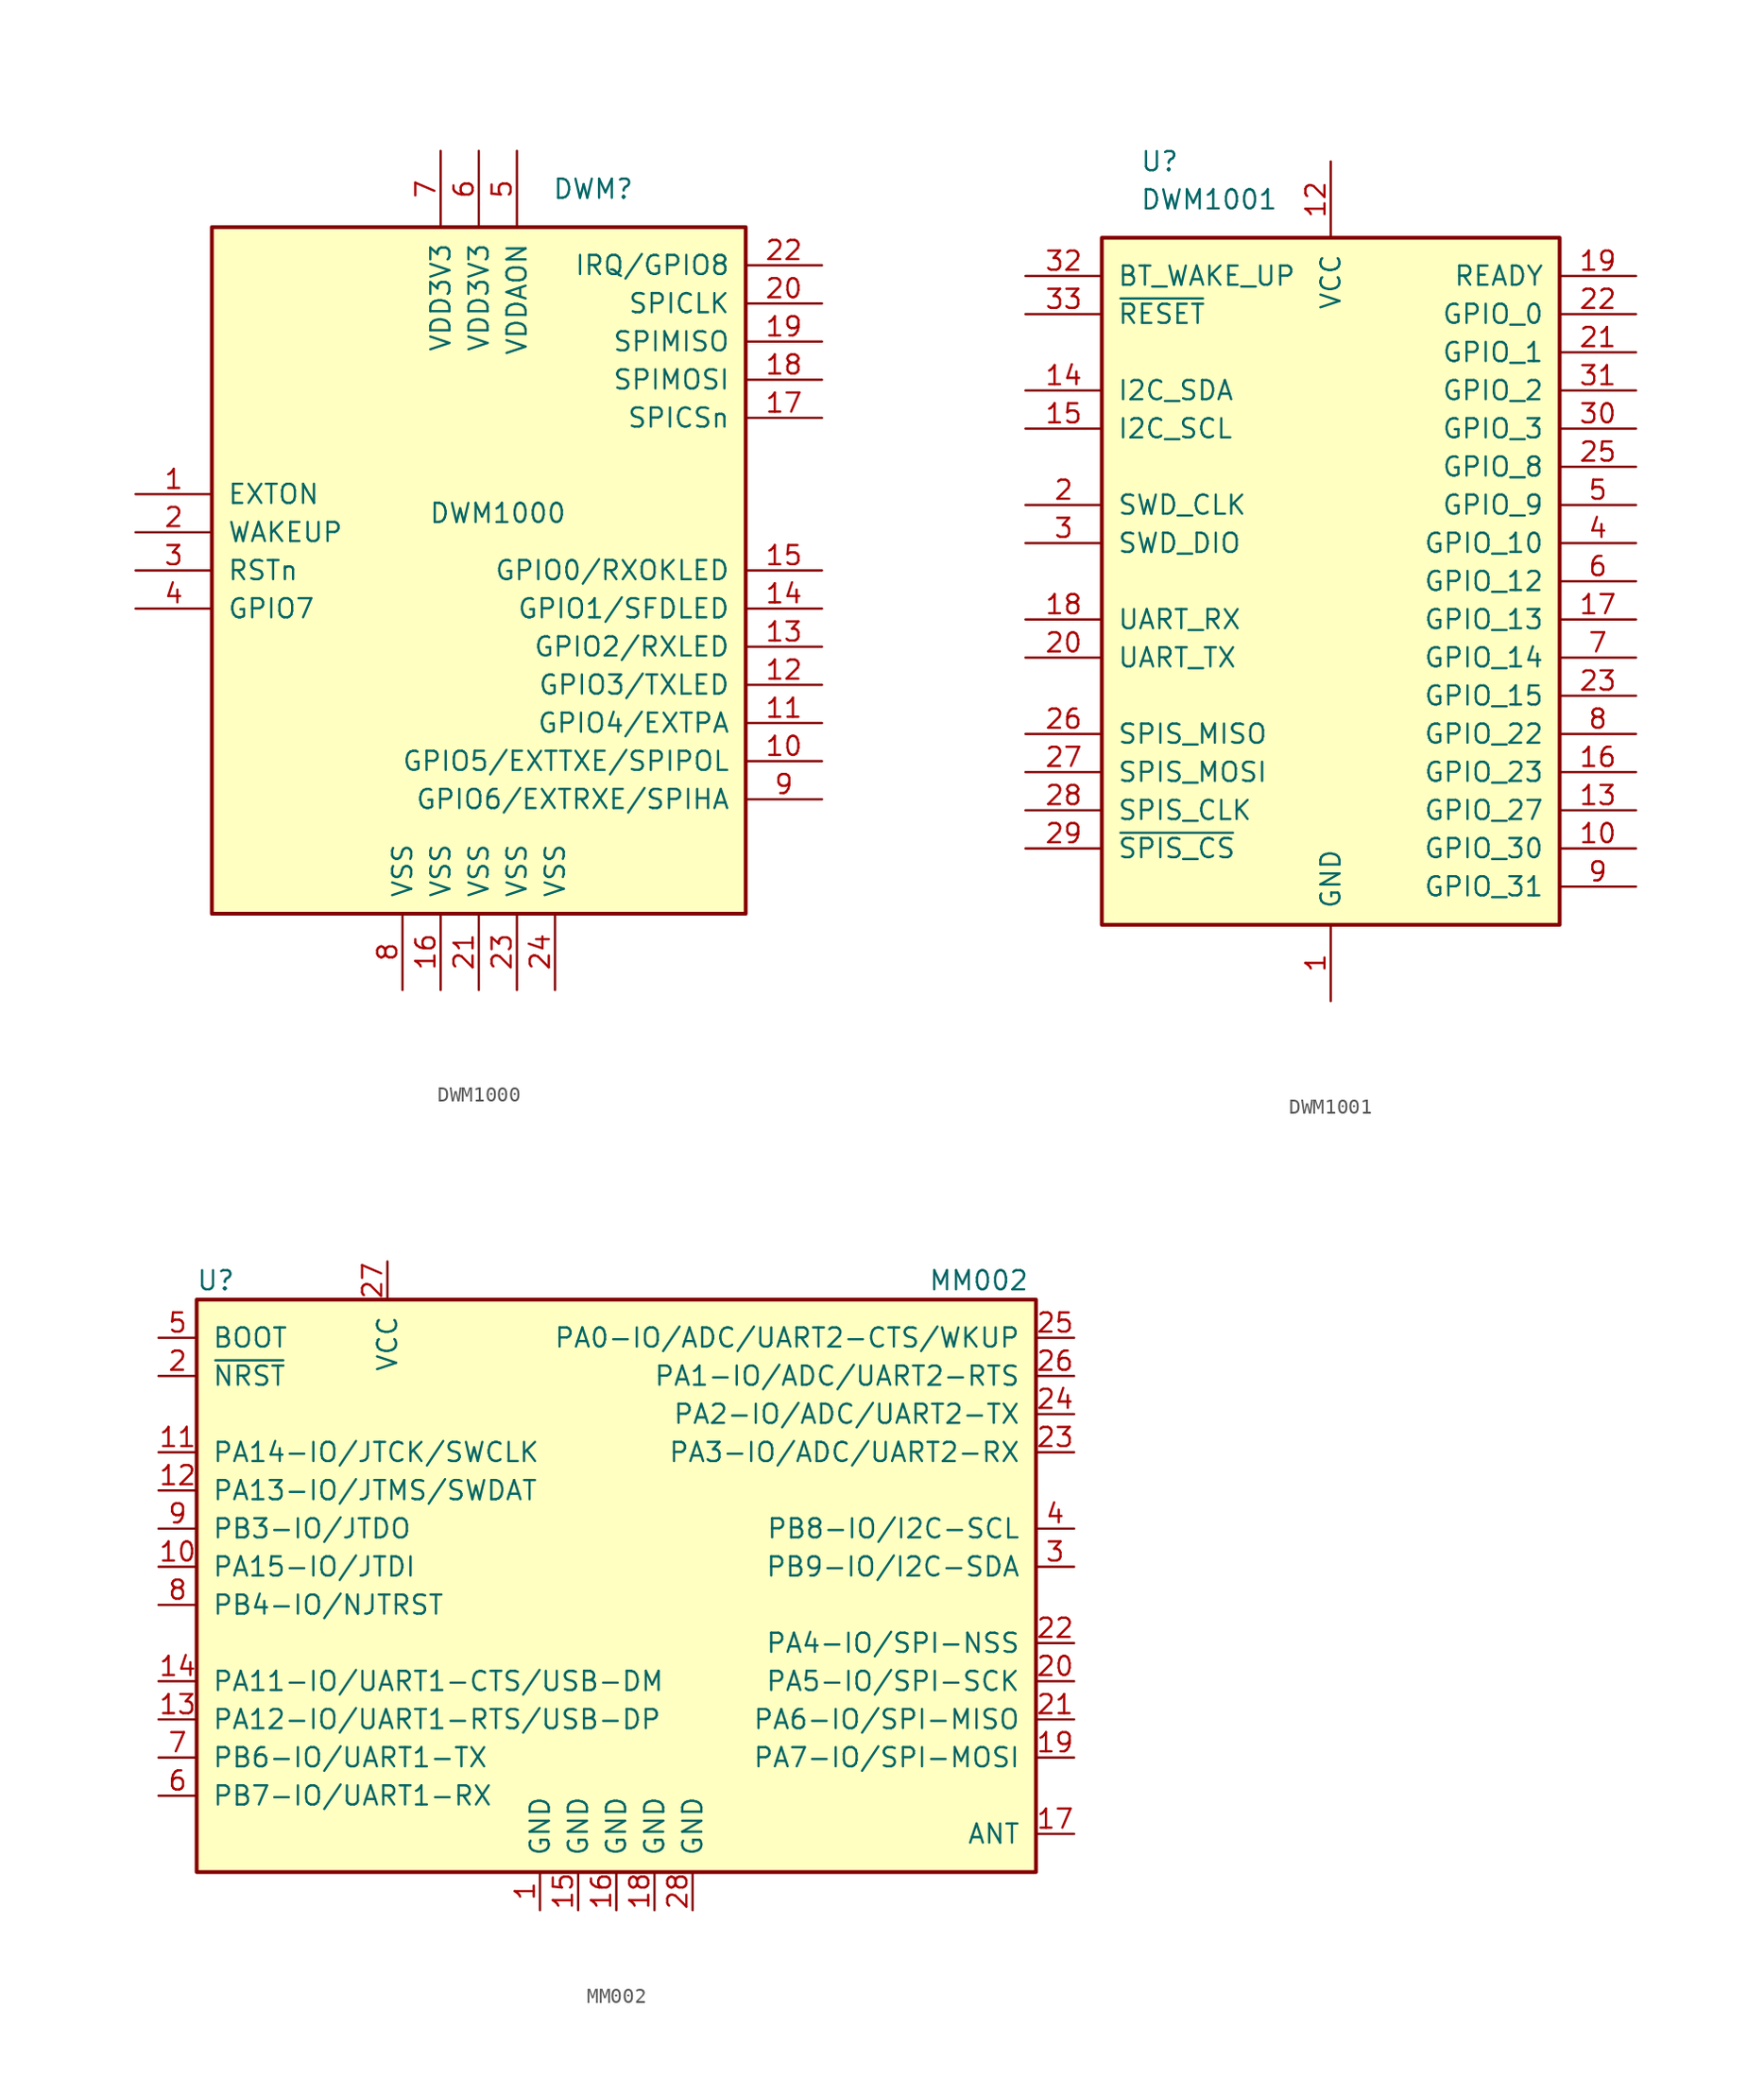
<source format=kicad_sym>
(kicad_symbol_lib
  (version 20211014)
  (generator kicad_symbol_editor)
  (symbol "DWM1000"
    (pin_names
      (offset 1.016))
    (property "Reference" "DWM"
      (at 7.62 25.4 0)
      (effects (font (size 1.27 1.27))))
    (property "Value" "DWM1000"
      (at 1.27 3.81 0)
      (effects (font (size 1.27 1.27))))
    (symbol "DWM1000_0_1"
      (rectangle (start 17.78 22.86) (end -17.78 -22.86) (stroke (width 0.254) (type default) (color 0 0 0 0)) (fill (type background))))
    (symbol "DWM1000_1_1"
      (pin input line (at -22.86 5.08 0) (length 5.08) (name "EXTON" (effects (font (size 1.27 1.27)))) (number "1" (effects (font (size 1.27 1.27)))))
      (pin input line (at 22.86 -12.7 180) (length 5.08) (name "GPIO5/EXTTXE/SPIPOL" (effects (font (size 1.27 1.27)))) (number "10" (effects (font (size 1.27 1.27)))))
      (pin input line (at 22.86 -10.16 180) (length 5.08) (name "GPIO4/EXTPA" (effects (font (size 1.27 1.27)))) (number "11" (effects (font (size 1.27 1.27)))))
      (pin input line (at 22.86 -7.62 180) (length 5.08) (name "GPIO3/TXLED" (effects (font (size 1.27 1.27)))) (number "12" (effects (font (size 1.27 1.27)))))
      (pin input line (at 22.86 -5.08 180) (length 5.08) (name "GPIO2/RXLED" (effects (font (size 1.27 1.27)))) (number "13" (effects (font (size 1.27 1.27)))))
      (pin input line (at 22.86 -2.54 180) (length 5.08) (name "GPIO1/SFDLED" (effects (font (size 1.27 1.27)))) (number "14" (effects (font (size 1.27 1.27)))))
      (pin input line (at 22.86 0 180) (length 5.08) (name "GPIO0/RXOKLED" (effects (font (size 1.27 1.27)))) (number "15" (effects (font (size 1.27 1.27)))))
      (pin power_out line (at -2.54 -27.94 90) (length 5.08) (name "VSS" (effects (font (size 1.27 1.27)))) (number "16" (effects (font (size 1.27 1.27)))))
      (pin input line (at 22.86 10.16 180) (length 5.08) (name "SPICSn" (effects (font (size 1.27 1.27)))) (number "17" (effects (font (size 1.27 1.27)))))
      (pin input line (at 22.86 12.7 180) (length 5.08) (name "SPIMOSI" (effects (font (size 1.27 1.27)))) (number "18" (effects (font (size 1.27 1.27)))))
      (pin input line (at 22.86 15.24 180) (length 5.08) (name "SPIMISO" (effects (font (size 1.27 1.27)))) (number "19" (effects (font (size 1.27 1.27)))))
      (pin input line (at -22.86 2.54 0) (length 5.08) (name "WAKEUP" (effects (font (size 1.27 1.27)))) (number "2" (effects (font (size 1.27 1.27)))))
      (pin input line (at 22.86 17.78 180) (length 5.08) (name "SPICLK" (effects (font (size 1.27 1.27)))) (number "20" (effects (font (size 1.27 1.27)))))
      (pin power_out line (at 0 -27.94 90) (length 5.08) (name "VSS" (effects (font (size 1.27 1.27)))) (number "21" (effects (font (size 1.27 1.27)))))
      (pin input line (at 22.86 20.32 180) (length 5.08) (name "IRQ/GPIO8" (effects (font (size 1.27 1.27)))) (number "22" (effects (font (size 1.27 1.27)))))
      (pin power_out line (at 2.54 -27.94 90) (length 5.08) (name "VSS" (effects (font (size 1.27 1.27)))) (number "23" (effects (font (size 1.27 1.27)))))
      (pin power_out line (at 5.08 -27.94 90) (length 5.08) (name "VSS" (effects (font (size 1.27 1.27)))) (number "24" (effects (font (size 1.27 1.27)))))
      (pin input line (at -22.86 0 0) (length 5.08) (name "RSTn" (effects (font (size 1.27 1.27)))) (number "3" (effects (font (size 1.27 1.27)))))
      (pin input line (at -22.86 -2.54 0) (length 5.08) (name "GPIO7" (effects (font (size 1.27 1.27)))) (number "4" (effects (font (size 1.27 1.27)))))
      (pin power_in line (at 2.54 27.94 270) (length 5.08) (name "VDDAON" (effects (font (size 1.27 1.27)))) (number "5" (effects (font (size 1.27 1.27)))))
      (pin power_in line (at 0 27.94 270) (length 5.08) (name "VDD3V3" (effects (font (size 1.27 1.27)))) (number "6" (effects (font (size 1.27 1.27)))))
      (pin power_in line (at -2.54 27.94 270) (length 5.08) (name "VDD3V3" (effects (font (size 1.27 1.27)))) (number "7" (effects (font (size 1.27 1.27)))))
      (pin power_out line (at -5.08 -27.94 90) (length 5.08) (name "VSS" (effects (font (size 1.27 1.27)))) (number "8" (effects (font (size 1.27 1.27)))))
      (pin input line (at 22.86 -15.24 180) (length 5.08) (name "GPIO6/EXTRXE/SPIHA" (effects (font (size 1.27 1.27)))) (number "9" (effects (font (size 1.27 1.27)))))))
  (symbol "DWM1001"
    (pin_names
      (offset 1.016))
    (property "Reference" "U"
      (at -12.7 27.94 0)
      (effects (font (size 1.27 1.27)) (justify left)))
    (property "Value" "DWM1001"
      (at -12.7 25.4 0)
      (effects (font (size 1.27 1.27)) (justify left)))
    (symbol "DWM1001_0_1"
      (rectangle (start 15.24 22.86) (end -15.24 -22.86) (stroke (width 0.254) (type default) (color 0 0 0 0)) (fill (type background))))
    (symbol "DWM1001_1_1"
      (pin power_out line (at 0 -27.94 90) (length 5.08) (name "GND" (effects (font (size 1.27 1.27)))) (number "1" (effects (font (size 1.27 1.27)))))
      (pin bidirectional line (at 20.32 -17.78 180) (length 5.08) (name "GPIO_30" (effects (font (size 1.27 1.27)))) (number "10" (effects (font (size 1.27 1.27)))))
      (pin passive line (at 0 -27.94 90) (length 5.08) hide (name "GND" (effects (font (size 1.27 1.27)))) (number "11" (effects (font (size 1.27 1.27)))))
      (pin power_in line (at 0 27.94 270) (length 5.08) (name "VCC" (effects (font (size 1.27 1.27)))) (number "12" (effects (font (size 1.27 1.27)))))
      (pin bidirectional line (at 20.32 -15.24 180) (length 5.08) (name "GPIO_27" (effects (font (size 1.27 1.27)))) (number "13" (effects (font (size 1.27 1.27)))))
      (pin bidirectional line (at -20.32 12.7 0) (length 5.08) (name "I2C_SDA" (effects (font (size 1.27 1.27)))) (number "14" (effects (font (size 1.27 1.27)))))
      (pin output line (at -20.32 10.16 0) (length 5.08) (name "I2C_SCL" (effects (font (size 1.27 1.27)))) (number "15" (effects (font (size 1.27 1.27)))))
      (pin power_out line (at 20.32 -12.7 180) (length 5.08) (name "GPIO_23" (effects (font (size 1.27 1.27)))) (number "16" (effects (font (size 1.27 1.27)))))
      (pin bidirectional line (at 20.32 -2.54 180) (length 5.08) (name "GPIO_13" (effects (font (size 1.27 1.27)))) (number "17" (effects (font (size 1.27 1.27)))))
      (pin input line (at -20.32 -2.54 0) (length 5.08) (name "UART_RX" (effects (font (size 1.27 1.27)))) (number "18" (effects (font (size 1.27 1.27)))))
      (pin output line (at 20.32 20.32 180) (length 5.08) (name "READY" (effects (font (size 1.27 1.27)))) (number "19" (effects (font (size 1.27 1.27)))))
      (pin input line (at -20.32 5.08 0) (length 5.08) (name "SWD_CLK" (effects (font (size 1.27 1.27)))) (number "2" (effects (font (size 1.27 1.27)))))
      (pin output line (at -20.32 -5.08 0) (length 5.08) (name "UART_TX" (effects (font (size 1.27 1.27)))) (number "20" (effects (font (size 1.27 1.27)))))
      (pin bidirectional line (at 20.32 15.24 180) (length 5.08) (name "GPIO_1" (effects (font (size 1.27 1.27)))) (number "21" (effects (font (size 1.27 1.27)))))
      (pin bidirectional line (at 20.32 17.78 180) (length 5.08) (name "GPIO_0" (effects (font (size 1.27 1.27)))) (number "22" (effects (font (size 1.27 1.27)))))
      (pin bidirectional line (at 20.32 -7.62 180) (length 5.08) (name "GPIO_15" (effects (font (size 1.27 1.27)))) (number "23" (effects (font (size 1.27 1.27)))))
      (pin passive line (at 0 -27.94 90) (length 5.08) hide (name "GND" (effects (font (size 1.27 1.27)))) (number "24" (effects (font (size 1.27 1.27)))))
      (pin bidirectional line (at 20.32 7.62 180) (length 5.08) (name "GPIO_8" (effects (font (size 1.27 1.27)))) (number "25" (effects (font (size 1.27 1.27)))))
      (pin output line (at -20.32 -10.16 0) (length 5.08) (name "SPIS_MISO" (effects (font (size 1.27 1.27)))) (number "26" (effects (font (size 1.27 1.27)))))
      (pin tri_state line (at -20.32 -12.7 0) (length 5.08) (name "SPIS_MOSI" (effects (font (size 1.27 1.27)))) (number "27" (effects (font (size 1.27 1.27)))))
      (pin input line (at -20.32 -15.24 0) (length 5.08) (name "SPIS_CLK" (effects (font (size 1.27 1.27)))) (number "28" (effects (font (size 1.27 1.27)))))
      (pin input line (at -20.32 -17.78 0) (length 5.08) (name "~{SPIS_CS}" (effects (font (size 1.27 1.27)))) (number "29" (effects (font (size 1.27 1.27)))))
      (pin bidirectional line (at -20.32 2.54 0) (length 5.08) (name "SWD_DIO" (effects (font (size 1.27 1.27)))) (number "3" (effects (font (size 1.27 1.27)))))
      (pin bidirectional line (at 20.32 10.16 180) (length 5.08) (name "GPIO_3" (effects (font (size 1.27 1.27)))) (number "30" (effects (font (size 1.27 1.27)))))
      (pin bidirectional line (at 20.32 12.7 180) (length 5.08) (name "GPIO_2" (effects (font (size 1.27 1.27)))) (number "31" (effects (font (size 1.27 1.27)))))
      (pin input line (at -20.32 20.32 0) (length 5.08) (name "BT_WAKE_UP" (effects (font (size 1.27 1.27)))) (number "32" (effects (font (size 1.27 1.27)))))
      (pin input line (at -20.32 17.78 0) (length 5.08) (name "~{RESET}" (effects (font (size 1.27 1.27)))) (number "33" (effects (font (size 1.27 1.27)))))
      (pin passive line (at 0 -27.94 90) (length 5.08) hide (name "GND" (effects (font (size 1.27 1.27)))) (number "34" (effects (font (size 1.27 1.27)))))
      (pin bidirectional line (at 20.32 2.54 180) (length 5.08) (name "GPIO_10" (effects (font (size 1.27 1.27)))) (number "4" (effects (font (size 1.27 1.27)))))
      (pin bidirectional line (at 20.32 5.08 180) (length 5.08) (name "GPIO_9" (effects (font (size 1.27 1.27)))) (number "5" (effects (font (size 1.27 1.27)))))
      (pin bidirectional line (at 20.32 0 180) (length 5.08) (name "GPIO_12" (effects (font (size 1.27 1.27)))) (number "6" (effects (font (size 1.27 1.27)))))
      (pin bidirectional line (at 20.32 -5.08 180) (length 5.08) (name "GPIO_14" (effects (font (size 1.27 1.27)))) (number "7" (effects (font (size 1.27 1.27)))))
      (pin bidirectional line (at 20.32 -10.16 180) (length 5.08) (name "GPIO_22" (effects (font (size 1.27 1.27)))) (number "8" (effects (font (size 1.27 1.27)))))
      (pin bidirectional line (at 20.32 -20.32 180) (length 5.08) (name "GPIO_31" (effects (font (size 1.27 1.27)))) (number "9" (effects (font (size 1.27 1.27)))))))
  (symbol "MM002"
    (pin_names
      (offset 1.016))
    (property "Reference" "U"
      (at -26.67 21.59 0)
      (effects (font (size 1.27 1.27))))
    (property "Value" "MM002"
      (at 24.13 21.59 0)
      (effects (font (size 1.27 1.27))))
    (symbol "MM002_0_1"
      (rectangle (start -27.94 20.32) (end 27.94 -17.78) (stroke (width 0.254) (type default) (color 0 0 0 0)) (fill (type background))))
    (symbol "MM002_1_1"
      (pin power_in line (at -5.08 -20.32 90) (length 2.54) (name "GND" (effects (font (size 1.27 1.27)))) (number "1" (effects (font (size 1.27 1.27)))))
      (pin bidirectional line (at -30.48 2.54 0) (length 2.54) (name "PA15-IO/JTDI" (effects (font (size 1.27 1.27)))) (number "10" (effects (font (size 1.27 1.27)))))
      (pin bidirectional line (at -30.48 10.16 0) (length 2.54) (name "PA14-IO/JTCK/SWCLK" (effects (font (size 1.27 1.27)))) (number "11" (effects (font (size 1.27 1.27)))))
      (pin bidirectional line (at -30.48 7.62 0) (length 2.54) (name "PA13-IO/JTMS/SWDAT" (effects (font (size 1.27 1.27)))) (number "12" (effects (font (size 1.27 1.27)))))
      (pin bidirectional line (at -30.48 -7.62 0) (length 2.54) (name "PA12-IO/UART1-RTS/USB-DP" (effects (font (size 1.27 1.27)))) (number "13" (effects (font (size 1.27 1.27)))))
      (pin bidirectional line (at -30.48 -5.08 0) (length 2.54) (name "PA11-IO/UART1-CTS/USB-DM" (effects (font (size 1.27 1.27)))) (number "14" (effects (font (size 1.27 1.27)))))
      (pin power_in line (at -2.54 -20.32 90) (length 2.54) (name "GND" (effects (font (size 1.27 1.27)))) (number "15" (effects (font (size 1.27 1.27)))))
      (pin power_in line (at 0 -20.32 90) (length 2.54) (name "GND" (effects (font (size 1.27 1.27)))) (number "16" (effects (font (size 1.27 1.27)))))
      (pin bidirectional line (at 30.48 -15.24 180) (length 2.54) (name "ANT" (effects (font (size 1.27 1.27)))) (number "17" (effects (font (size 1.27 1.27)))))
      (pin power_in line (at 2.54 -20.32 90) (length 2.54) (name "GND" (effects (font (size 1.27 1.27)))) (number "18" (effects (font (size 1.27 1.27)))))
      (pin bidirectional line (at 30.48 -10.16 180) (length 2.54) (name "PA7-IO/SPI-MOSI" (effects (font (size 1.27 1.27)))) (number "19" (effects (font (size 1.27 1.27)))))
      (pin input line (at -30.48 15.24 0) (length 2.54) (name "~{NRST}" (effects (font (size 1.27 1.27)))) (number "2" (effects (font (size 1.27 1.27)))))
      (pin bidirectional line (at 30.48 -5.08 180) (length 2.54) (name "PA5-IO/SPI-SCK" (effects (font (size 1.27 1.27)))) (number "20" (effects (font (size 1.27 1.27)))))
      (pin bidirectional line (at 30.48 -7.62 180) (length 2.54) (name "PA6-IO/SPI-MISO" (effects (font (size 1.27 1.27)))) (number "21" (effects (font (size 1.27 1.27)))))
      (pin bidirectional line (at 30.48 -2.54 180) (length 2.54) (name "PA4-IO/SPI-NSS" (effects (font (size 1.27 1.27)))) (number "22" (effects (font (size 1.27 1.27)))))
      (pin bidirectional line (at 30.48 10.16 180) (length 2.54) (name "PA3-IO/ADC/UART2-RX" (effects (font (size 1.27 1.27)))) (number "23" (effects (font (size 1.27 1.27)))))
      (pin bidirectional line (at 30.48 12.7 180) (length 2.54) (name "PA2-IO/ADC/UART2-TX" (effects (font (size 1.27 1.27)))) (number "24" (effects (font (size 1.27 1.27)))))
      (pin bidirectional line (at 30.48 17.78 180) (length 2.54) (name "PA0-IO/ADC/UART2-CTS/WKUP" (effects (font (size 1.27 1.27)))) (number "25" (effects (font (size 1.27 1.27)))))
      (pin bidirectional line (at 30.48 15.24 180) (length 2.54) (name "PA1-IO/ADC/UART2-RTS" (effects (font (size 1.27 1.27)))) (number "26" (effects (font (size 1.27 1.27)))))
      (pin power_in line (at -15.24 22.86 270) (length 2.54) (name "VCC" (effects (font (size 1.27 1.27)))) (number "27" (effects (font (size 1.27 1.27)))))
      (pin power_in line (at 5.08 -20.32 90) (length 2.54) (name "GND" (effects (font (size 1.27 1.27)))) (number "28" (effects (font (size 1.27 1.27)))))
      (pin bidirectional line (at 30.48 2.54 180) (length 2.54) (name "PB9-IO/I2C-SDA" (effects (font (size 1.27 1.27)))) (number "3" (effects (font (size 1.27 1.27)))))
      (pin bidirectional line (at 30.48 5.08 180) (length 2.54) (name "PB8-IO/I2C-SCL" (effects (font (size 1.27 1.27)))) (number "4" (effects (font (size 1.27 1.27)))))
      (pin input line (at -30.48 17.78 0) (length 2.54) (name "BOOT" (effects (font (size 1.27 1.27)))) (number "5" (effects (font (size 1.27 1.27)))))
      (pin bidirectional line (at -30.48 -12.7 0) (length 2.54) (name "PB7-IO/UART1-RX" (effects (font (size 1.27 1.27)))) (number "6" (effects (font (size 1.27 1.27)))))
      (pin bidirectional line (at -30.48 -10.16 0) (length 2.54) (name "PB6-IO/UART1-TX" (effects (font (size 1.27 1.27)))) (number "7" (effects (font (size 1.27 1.27)))))
      (pin input line (at -30.48 0 0) (length 2.54) (name "PB4-IO/NJTRST" (effects (font (size 1.27 1.27)))) (number "8" (effects (font (size 1.27 1.27)))))
      (pin bidirectional line (at -30.48 5.08 0) (length 2.54) (name "PB3-IO/JTDO" (effects (font (size 1.27 1.27)))) (number "9" (effects (font (size 1.27 1.27))))))))
</source>
